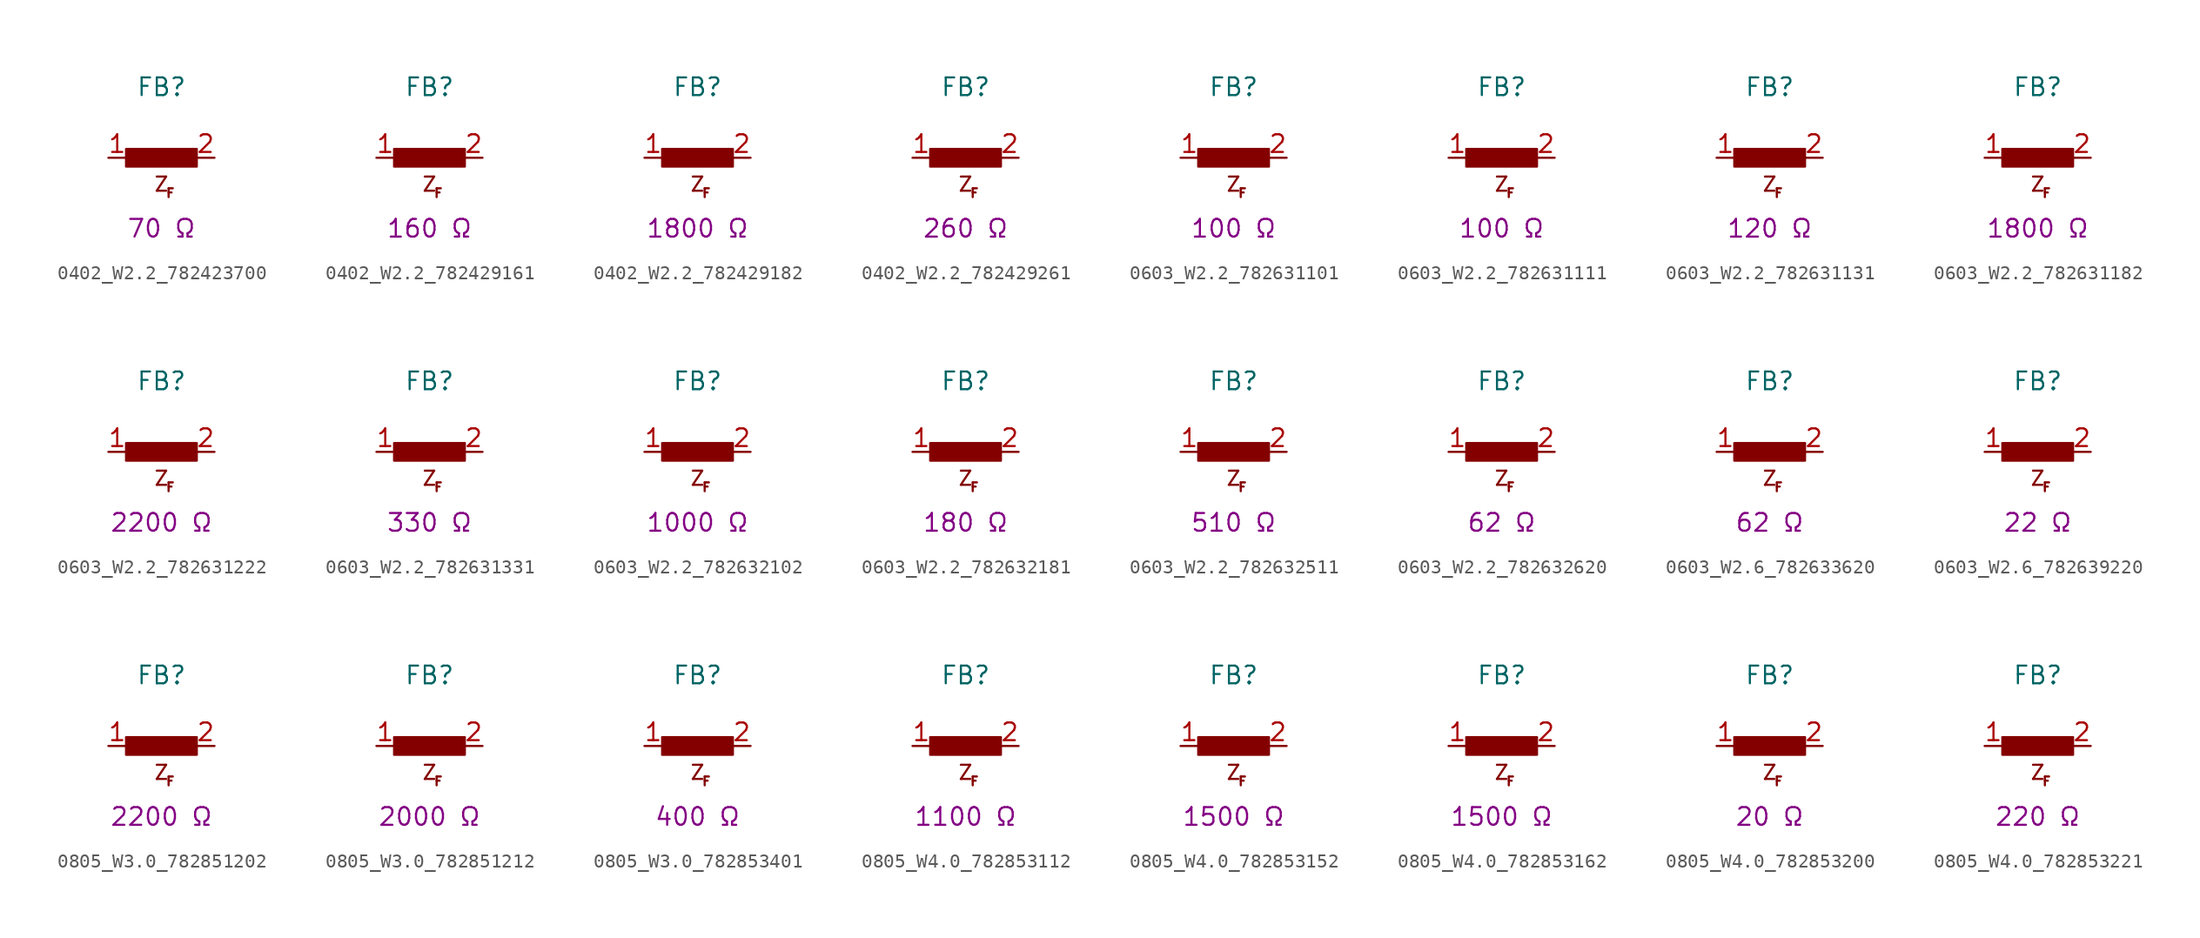
<source format=kicad_sym>
(kicad_symbol_lib
  (version 20220914)
  (generator kicad_symbol_editor)
  (symbol "0402_W2.2_782423700"
    (pin_names hide)
    (property "Reference" "FB"
      (at 0 5.08 0)
      (effects (font (size 1.27 1.27))))
    (property "Critical Parameter" "70 Ω"
      (at 0 -5.08 0)
      (effects (font (size 1.27 1.27))))
    (symbol "0402_W2.2_782423700_0_1"
      (rectangle (start -2.54 0.635) (end 2.54 -0.635) (stroke (width 0) (type default)) (fill (type outline)))
      (text "F" (at 0.635 -2.54 0) (effects (font (size 0.635 0.635))))
      (text "Z" (at 0 -1.905 0) (effects (font (size 1.016 1.016))))
      (pin passive line (at -3.81 0 0) (length 1.27) (name "1" (effects (font (size 1.27 1.27)))) (number "1" (effects (font (size 1.27 1.27)))))
      (pin passive line (at 3.81 0 180) (length 1.27) (name "2" (effects (font (size 1.27 1.27)))) (number "2" (effects (font (size 1.27 1.27)))))))
  (symbol "0402_W2.2_782429161"
    (pin_names hide)
    (property "Reference" "FB"
      (at 0 5.08 0)
      (effects (font (size 1.27 1.27))))
    (property "Critical Parameter" "160 Ω"
      (at 0 -5.08 0)
      (effects (font (size 1.27 1.27))))
    (symbol "0402_W2.2_782429161_0_1"
      (rectangle (start -2.54 0.635) (end 2.54 -0.635) (stroke (width 0) (type default)) (fill (type outline)))
      (text "F" (at 0.635 -2.54 0) (effects (font (size 0.635 0.635))))
      (text "Z" (at 0 -1.905 0) (effects (font (size 1.016 1.016))))
      (pin passive line (at -3.81 0 0) (length 1.27) (name "1" (effects (font (size 1.27 1.27)))) (number "1" (effects (font (size 1.27 1.27)))))
      (pin passive line (at 3.81 0 180) (length 1.27) (name "2" (effects (font (size 1.27 1.27)))) (number "2" (effects (font (size 1.27 1.27)))))))
  (symbol "0402_W2.2_782429182"
    (pin_names hide)
    (property "Reference" "FB"
      (at 0 5.08 0)
      (effects (font (size 1.27 1.27))))
    (property "Critical Parameter" "1800 Ω"
      (at 0 -5.08 0)
      (effects (font (size 1.27 1.27))))
    (symbol "0402_W2.2_782429182_0_1"
      (rectangle (start -2.54 0.635) (end 2.54 -0.635) (stroke (width 0) (type default)) (fill (type outline)))
      (text "F" (at 0.635 -2.54 0) (effects (font (size 0.635 0.635))))
      (text "Z" (at 0 -1.905 0) (effects (font (size 1.016 1.016))))
      (pin passive line (at -3.81 0 0) (length 1.27) (name "1" (effects (font (size 1.27 1.27)))) (number "1" (effects (font (size 1.27 1.27)))))
      (pin passive line (at 3.81 0 180) (length 1.27) (name "2" (effects (font (size 1.27 1.27)))) (number "2" (effects (font (size 1.27 1.27)))))))
  (symbol "0402_W2.2_782429261"
    (pin_names hide)
    (property "Reference" "FB"
      (at 0 5.08 0)
      (effects (font (size 1.27 1.27))))
    (property "Critical Parameter" "260 Ω"
      (at 0 -5.08 0)
      (effects (font (size 1.27 1.27))))
    (symbol "0402_W2.2_782429261_0_1"
      (rectangle (start -2.54 0.635) (end 2.54 -0.635) (stroke (width 0) (type default)) (fill (type outline)))
      (text "F" (at 0.635 -2.54 0) (effects (font (size 0.635 0.635))))
      (text "Z" (at 0 -1.905 0) (effects (font (size 1.016 1.016))))
      (pin passive line (at -3.81 0 0) (length 1.27) (name "1" (effects (font (size 1.27 1.27)))) (number "1" (effects (font (size 1.27 1.27)))))
      (pin passive line (at 3.81 0 180) (length 1.27) (name "2" (effects (font (size 1.27 1.27)))) (number "2" (effects (font (size 1.27 1.27)))))))
  (symbol "0603_W2.2_782631101"
    (pin_names hide)
    (property "Reference" "FB"
      (at 0 5.08 0)
      (effects (font (size 1.27 1.27))))
    (property "Critical Parameter" "100 Ω"
      (at 0 -5.08 0)
      (effects (font (size 1.27 1.27))))
    (symbol "0603_W2.2_782631101_0_1"
      (rectangle (start -2.54 0.635) (end 2.54 -0.635) (stroke (width 0) (type default)) (fill (type outline)))
      (text "F" (at 0.635 -2.54 0) (effects (font (size 0.635 0.635))))
      (text "Z" (at 0 -1.905 0) (effects (font (size 1.016 1.016))))
      (pin passive line (at -3.81 0 0) (length 1.27) (name "1" (effects (font (size 1.27 1.27)))) (number "1" (effects (font (size 1.27 1.27)))))
      (pin passive line (at 3.81 0 180) (length 1.27) (name "2" (effects (font (size 1.27 1.27)))) (number "2" (effects (font (size 1.27 1.27)))))))
  (symbol "0603_W2.2_782631111"
    (pin_names hide)
    (property "Reference" "FB"
      (at 0 5.08 0)
      (effects (font (size 1.27 1.27))))
    (property "Critical Parameter" "100 Ω"
      (at 0 -5.08 0)
      (effects (font (size 1.27 1.27))))
    (symbol "0603_W2.2_782631111_0_1"
      (rectangle (start -2.54 0.635) (end 2.54 -0.635) (stroke (width 0) (type default)) (fill (type outline)))
      (text "F" (at 0.635 -2.54 0) (effects (font (size 0.635 0.635))))
      (text "Z" (at 0 -1.905 0) (effects (font (size 1.016 1.016))))
      (pin passive line (at -3.81 0 0) (length 1.27) (name "1" (effects (font (size 1.27 1.27)))) (number "1" (effects (font (size 1.27 1.27)))))
      (pin passive line (at 3.81 0 180) (length 1.27) (name "2" (effects (font (size 1.27 1.27)))) (number "2" (effects (font (size 1.27 1.27)))))))
  (symbol "0603_W2.2_782631131"
    (pin_names hide)
    (property "Reference" "FB"
      (at 0 5.08 0)
      (effects (font (size 1.27 1.27))))
    (property "Critical Parameter" "120 Ω"
      (at 0 -5.08 0)
      (effects (font (size 1.27 1.27))))
    (symbol "0603_W2.2_782631131_0_1"
      (rectangle (start -2.54 0.635) (end 2.54 -0.635) (stroke (width 0) (type default)) (fill (type outline)))
      (text "F" (at 0.635 -2.54 0) (effects (font (size 0.635 0.635))))
      (text "Z" (at 0 -1.905 0) (effects (font (size 1.016 1.016))))
      (pin passive line (at -3.81 0 0) (length 1.27) (name "1" (effects (font (size 1.27 1.27)))) (number "1" (effects (font (size 1.27 1.27)))))
      (pin passive line (at 3.81 0 180) (length 1.27) (name "2" (effects (font (size 1.27 1.27)))) (number "2" (effects (font (size 1.27 1.27)))))))
  (symbol "0603_W2.2_782631182"
    (pin_names hide)
    (property "Reference" "FB"
      (at 0 5.08 0)
      (effects (font (size 1.27 1.27))))
    (property "Critical Parameter" "1800 Ω"
      (at 0 -5.08 0)
      (effects (font (size 1.27 1.27))))
    (symbol "0603_W2.2_782631182_0_1"
      (rectangle (start -2.54 0.635) (end 2.54 -0.635) (stroke (width 0) (type default)) (fill (type outline)))
      (text "F" (at 0.635 -2.54 0) (effects (font (size 0.635 0.635))))
      (text "Z" (at 0 -1.905 0) (effects (font (size 1.016 1.016))))
      (pin passive line (at -3.81 0 0) (length 1.27) (name "1" (effects (font (size 1.27 1.27)))) (number "1" (effects (font (size 1.27 1.27)))))
      (pin passive line (at 3.81 0 180) (length 1.27) (name "2" (effects (font (size 1.27 1.27)))) (number "2" (effects (font (size 1.27 1.27)))))))
  (symbol "0603_W2.2_782631222"
    (pin_names hide)
    (property "Reference" "FB"
      (at 0 5.08 0)
      (effects (font (size 1.27 1.27))))
    (property "Critical Parameter" "2200 Ω"
      (at 0 -5.08 0)
      (effects (font (size 1.27 1.27))))
    (symbol "0603_W2.2_782631222_0_1"
      (rectangle (start -2.54 0.635) (end 2.54 -0.635) (stroke (width 0) (type default)) (fill (type outline)))
      (text "F" (at 0.635 -2.54 0) (effects (font (size 0.635 0.635))))
      (text "Z" (at 0 -1.905 0) (effects (font (size 1.016 1.016))))
      (pin passive line (at -3.81 0 0) (length 1.27) (name "1" (effects (font (size 1.27 1.27)))) (number "1" (effects (font (size 1.27 1.27)))))
      (pin passive line (at 3.81 0 180) (length 1.27) (name "2" (effects (font (size 1.27 1.27)))) (number "2" (effects (font (size 1.27 1.27)))))))
  (symbol "0603_W2.2_782631331"
    (pin_names hide)
    (property "Reference" "FB"
      (at 0 5.08 0)
      (effects (font (size 1.27 1.27))))
    (property "Critical Parameter" "330 Ω"
      (at 0 -5.08 0)
      (effects (font (size 1.27 1.27))))
    (symbol "0603_W2.2_782631331_0_1"
      (rectangle (start -2.54 0.635) (end 2.54 -0.635) (stroke (width 0) (type default)) (fill (type outline)))
      (text "F" (at 0.635 -2.54 0) (effects (font (size 0.635 0.635))))
      (text "Z" (at 0 -1.905 0) (effects (font (size 1.016 1.016))))
      (pin passive line (at -3.81 0 0) (length 1.27) (name "1" (effects (font (size 1.27 1.27)))) (number "1" (effects (font (size 1.27 1.27)))))
      (pin passive line (at 3.81 0 180) (length 1.27) (name "2" (effects (font (size 1.27 1.27)))) (number "2" (effects (font (size 1.27 1.27)))))))
  (symbol "0603_W2.2_782632102"
    (pin_names hide)
    (property "Reference" "FB"
      (at 0 5.08 0)
      (effects (font (size 1.27 1.27))))
    (property "Critical Parameter" "1000 Ω"
      (at 0 -5.08 0)
      (effects (font (size 1.27 1.27))))
    (symbol "0603_W2.2_782632102_0_1"
      (rectangle (start -2.54 0.635) (end 2.54 -0.635) (stroke (width 0) (type default)) (fill (type outline)))
      (text "F" (at 0.635 -2.54 0) (effects (font (size 0.635 0.635))))
      (text "Z" (at 0 -1.905 0) (effects (font (size 1.016 1.016))))
      (pin passive line (at -3.81 0 0) (length 1.27) (name "1" (effects (font (size 1.27 1.27)))) (number "1" (effects (font (size 1.27 1.27)))))
      (pin passive line (at 3.81 0 180) (length 1.27) (name "2" (effects (font (size 1.27 1.27)))) (number "2" (effects (font (size 1.27 1.27)))))))
  (symbol "0603_W2.2_782632181"
    (pin_names hide)
    (property "Reference" "FB"
      (at 0 5.08 0)
      (effects (font (size 1.27 1.27))))
    (property "Critical Parameter" "180 Ω"
      (at 0 -5.08 0)
      (effects (font (size 1.27 1.27))))
    (symbol "0603_W2.2_782632181_0_1"
      (rectangle (start -2.54 0.635) (end 2.54 -0.635) (stroke (width 0) (type default)) (fill (type outline)))
      (text "F" (at 0.635 -2.54 0) (effects (font (size 0.635 0.635))))
      (text "Z" (at 0 -1.905 0) (effects (font (size 1.016 1.016))))
      (pin passive line (at -3.81 0 0) (length 1.27) (name "1" (effects (font (size 1.27 1.27)))) (number "1" (effects (font (size 1.27 1.27)))))
      (pin passive line (at 3.81 0 180) (length 1.27) (name "2" (effects (font (size 1.27 1.27)))) (number "2" (effects (font (size 1.27 1.27)))))))
  (symbol "0603_W2.2_782632511"
    (pin_names hide)
    (property "Reference" "FB"
      (at 0 5.08 0)
      (effects (font (size 1.27 1.27))))
    (property "Critical Parameter" "510 Ω"
      (at 0 -5.08 0)
      (effects (font (size 1.27 1.27))))
    (symbol "0603_W2.2_782632511_0_1"
      (rectangle (start -2.54 0.635) (end 2.54 -0.635) (stroke (width 0) (type default)) (fill (type outline)))
      (text "F" (at 0.635 -2.54 0) (effects (font (size 0.635 0.635))))
      (text "Z" (at 0 -1.905 0) (effects (font (size 1.016 1.016))))
      (pin passive line (at -3.81 0 0) (length 1.27) (name "1" (effects (font (size 1.27 1.27)))) (number "1" (effects (font (size 1.27 1.27)))))
      (pin passive line (at 3.81 0 180) (length 1.27) (name "2" (effects (font (size 1.27 1.27)))) (number "2" (effects (font (size 1.27 1.27)))))))
  (symbol "0603_W2.2_782632620"
    (pin_names hide)
    (property "Reference" "FB"
      (at 0 5.08 0)
      (effects (font (size 1.27 1.27))))
    (property "Critical Parameter" "62 Ω"
      (at 0 -5.08 0)
      (effects (font (size 1.27 1.27))))
    (symbol "0603_W2.2_782632620_0_1"
      (rectangle (start -2.54 0.635) (end 2.54 -0.635) (stroke (width 0) (type default)) (fill (type outline)))
      (text "F" (at 0.635 -2.54 0) (effects (font (size 0.635 0.635))))
      (text "Z" (at 0 -1.905 0) (effects (font (size 1.016 1.016))))
      (pin passive line (at -3.81 0 0) (length 1.27) (name "1" (effects (font (size 1.27 1.27)))) (number "1" (effects (font (size 1.27 1.27)))))
      (pin passive line (at 3.81 0 180) (length 1.27) (name "2" (effects (font (size 1.27 1.27)))) (number "2" (effects (font (size 1.27 1.27)))))))
  (symbol "0603_W2.6_782633620"
    (pin_names hide)
    (property "Reference" "FB"
      (at 0 5.08 0)
      (effects (font (size 1.27 1.27))))
    (property "Critical Parameter" "62 Ω"
      (at 0 -5.08 0)
      (effects (font (size 1.27 1.27))))
    (symbol "0603_W2.6_782633620_0_1"
      (rectangle (start -2.54 0.635) (end 2.54 -0.635) (stroke (width 0) (type default)) (fill (type outline)))
      (text "F" (at 0.635 -2.54 0) (effects (font (size 0.635 0.635))))
      (text "Z" (at 0 -1.905 0) (effects (font (size 1.016 1.016))))
      (pin passive line (at -3.81 0 0) (length 1.27) (name "1" (effects (font (size 1.27 1.27)))) (number "1" (effects (font (size 1.27 1.27)))))
      (pin passive line (at 3.81 0 180) (length 1.27) (name "2" (effects (font (size 1.27 1.27)))) (number "2" (effects (font (size 1.27 1.27)))))))
  (symbol "0603_W2.6_782639220"
    (pin_names hide)
    (property "Reference" "FB"
      (at 0 5.08 0)
      (effects (font (size 1.27 1.27))))
    (property "Critical Parameter" "22 Ω"
      (at 0 -5.08 0)
      (effects (font (size 1.27 1.27))))
    (symbol "0603_W2.6_782639220_0_1"
      (rectangle (start -2.54 0.635) (end 2.54 -0.635) (stroke (width 0) (type default)) (fill (type outline)))
      (text "F" (at 0.635 -2.54 0) (effects (font (size 0.635 0.635))))
      (text "Z" (at 0 -1.905 0) (effects (font (size 1.016 1.016))))
      (pin passive line (at -3.81 0 0) (length 1.27) (name "1" (effects (font (size 1.27 1.27)))) (number "1" (effects (font (size 1.27 1.27)))))
      (pin passive line (at 3.81 0 180) (length 1.27) (name "2" (effects (font (size 1.27 1.27)))) (number "2" (effects (font (size 1.27 1.27)))))))
  (symbol "0805_W3.0_782851202"
    (pin_names hide)
    (property "Reference" "FB"
      (at 0 5.08 0)
      (effects (font (size 1.27 1.27))))
    (property "Critical Parameter" "2200 Ω"
      (at 0 -5.08 0)
      (effects (font (size 1.27 1.27))))
    (symbol "0805_W3.0_782851202_0_1"
      (rectangle (start -2.54 0.635) (end 2.54 -0.635) (stroke (width 0) (type default)) (fill (type outline)))
      (text "F" (at 0.635 -2.54 0) (effects (font (size 0.635 0.635))))
      (text "Z" (at 0 -1.905 0) (effects (font (size 1.016 1.016))))
      (pin passive line (at -3.81 0 0) (length 1.27) (name "1" (effects (font (size 1.27 1.27)))) (number "1" (effects (font (size 1.27 1.27)))))
      (pin passive line (at 3.81 0 180) (length 1.27) (name "2" (effects (font (size 1.27 1.27)))) (number "2" (effects (font (size 1.27 1.27)))))))
  (symbol "0805_W3.0_782851212"
    (pin_names hide)
    (property "Reference" "FB"
      (at 0 5.08 0)
      (effects (font (size 1.27 1.27))))
    (property "Critical Parameter" "2000 Ω"
      (at 0 -5.08 0)
      (effects (font (size 1.27 1.27))))
    (symbol "0805_W3.0_782851212_0_1"
      (rectangle (start -2.54 0.635) (end 2.54 -0.635) (stroke (width 0) (type default)) (fill (type outline)))
      (text "F" (at 0.635 -2.54 0) (effects (font (size 0.635 0.635))))
      (text "Z" (at 0 -1.905 0) (effects (font (size 1.016 1.016))))
      (pin passive line (at -3.81 0 0) (length 1.27) (name "1" (effects (font (size 1.27 1.27)))) (number "1" (effects (font (size 1.27 1.27)))))
      (pin passive line (at 3.81 0 180) (length 1.27) (name "2" (effects (font (size 1.27 1.27)))) (number "2" (effects (font (size 1.27 1.27)))))))
  (symbol "0805_W3.0_782853401"
    (pin_names hide)
    (property "Reference" "FB"
      (at 0 5.08 0)
      (effects (font (size 1.27 1.27))))
    (property "Critical Parameter" "400 Ω"
      (at 0 -5.08 0)
      (effects (font (size 1.27 1.27))))
    (symbol "0805_W3.0_782853401_0_1"
      (rectangle (start -2.54 0.635) (end 2.54 -0.635) (stroke (width 0) (type default)) (fill (type outline)))
      (text "F" (at 0.635 -2.54 0) (effects (font (size 0.635 0.635))))
      (text "Z" (at 0 -1.905 0) (effects (font (size 1.016 1.016))))
      (pin passive line (at -3.81 0 0) (length 1.27) (name "1" (effects (font (size 1.27 1.27)))) (number "1" (effects (font (size 1.27 1.27)))))
      (pin passive line (at 3.81 0 180) (length 1.27) (name "2" (effects (font (size 1.27 1.27)))) (number "2" (effects (font (size 1.27 1.27)))))))
  (symbol "0805_W4.0_782853112"
    (pin_names hide)
    (property "Reference" "FB"
      (at 0 5.08 0)
      (effects (font (size 1.27 1.27))))
    (property "Critical Parameter" "1100 Ω"
      (at 0 -5.08 0)
      (effects (font (size 1.27 1.27))))
    (symbol "0805_W4.0_782853112_0_1"
      (rectangle (start -2.54 0.635) (end 2.54 -0.635) (stroke (width 0) (type default)) (fill (type outline)))
      (text "F" (at 0.635 -2.54 0) (effects (font (size 0.635 0.635))))
      (text "Z" (at 0 -1.905 0) (effects (font (size 1.016 1.016))))
      (pin passive line (at -3.81 0 0) (length 1.27) (name "1" (effects (font (size 1.27 1.27)))) (number "1" (effects (font (size 1.27 1.27)))))
      (pin passive line (at 3.81 0 180) (length 1.27) (name "2" (effects (font (size 1.27 1.27)))) (number "2" (effects (font (size 1.27 1.27)))))))
  (symbol "0805_W4.0_782853152"
    (pin_names hide)
    (property "Reference" "FB"
      (at 0 5.08 0)
      (effects (font (size 1.27 1.27))))
    (property "Critical Parameter" "1500 Ω"
      (at 0 -5.08 0)
      (effects (font (size 1.27 1.27))))
    (symbol "0805_W4.0_782853152_0_1"
      (rectangle (start -2.54 0.635) (end 2.54 -0.635) (stroke (width 0) (type default)) (fill (type outline)))
      (text "F" (at 0.635 -2.54 0) (effects (font (size 0.635 0.635))))
      (text "Z" (at 0 -1.905 0) (effects (font (size 1.016 1.016))))
      (pin passive line (at -3.81 0 0) (length 1.27) (name "1" (effects (font (size 1.27 1.27)))) (number "1" (effects (font (size 1.27 1.27)))))
      (pin passive line (at 3.81 0 180) (length 1.27) (name "2" (effects (font (size 1.27 1.27)))) (number "2" (effects (font (size 1.27 1.27)))))))
  (symbol "0805_W4.0_782853162"
    (pin_names hide)
    (property "Reference" "FB"
      (at 0 5.08 0)
      (effects (font (size 1.27 1.27))))
    (property "Critical Parameter" "1500 Ω"
      (at 0 -5.08 0)
      (effects (font (size 1.27 1.27))))
    (symbol "0805_W4.0_782853162_0_1"
      (rectangle (start -2.54 0.635) (end 2.54 -0.635) (stroke (width 0) (type default)) (fill (type outline)))
      (text "F" (at 0.635 -2.54 0) (effects (font (size 0.635 0.635))))
      (text "Z" (at 0 -1.905 0) (effects (font (size 1.016 1.016))))
      (pin passive line (at -3.81 0 0) (length 1.27) (name "1" (effects (font (size 1.27 1.27)))) (number "1" (effects (font (size 1.27 1.27)))))
      (pin passive line (at 3.81 0 180) (length 1.27) (name "2" (effects (font (size 1.27 1.27)))) (number "2" (effects (font (size 1.27 1.27)))))))
  (symbol "0805_W4.0_782853200"
    (pin_names hide)
    (property "Reference" "FB"
      (at 0 5.08 0)
      (effects (font (size 1.27 1.27))))
    (property "Critical Parameter" "20 Ω"
      (at 0 -5.08 0)
      (effects (font (size 1.27 1.27))))
    (symbol "0805_W4.0_782853200_0_1"
      (rectangle (start -2.54 0.635) (end 2.54 -0.635) (stroke (width 0) (type default)) (fill (type outline)))
      (text "F" (at 0.635 -2.54 0) (effects (font (size 0.635 0.635))))
      (text "Z" (at 0 -1.905 0) (effects (font (size 1.016 1.016))))
      (pin passive line (at -3.81 0 0) (length 1.27) (name "1" (effects (font (size 1.27 1.27)))) (number "1" (effects (font (size 1.27 1.27)))))
      (pin passive line (at 3.81 0 180) (length 1.27) (name "2" (effects (font (size 1.27 1.27)))) (number "2" (effects (font (size 1.27 1.27)))))))
  (symbol "0805_W4.0_782853221"
    (pin_names hide)
    (property "Reference" "FB"
      (at 0 5.08 0)
      (effects (font (size 1.27 1.27))))
    (property "Critical Parameter" "220 Ω"
      (at 0 -5.08 0)
      (effects (font (size 1.27 1.27))))
    (symbol "0805_W4.0_782853221_0_1"
      (rectangle (start -2.54 0.635) (end 2.54 -0.635) (stroke (width 0) (type default)) (fill (type outline)))
      (text "F" (at 0.635 -2.54 0) (effects (font (size 0.635 0.635))))
      (text "Z" (at 0 -1.905 0) (effects (font (size 1.016 1.016))))
      (pin passive line (at -3.81 0 0) (length 1.27) (name "1" (effects (font (size 1.27 1.27)))) (number "1" (effects (font (size 1.27 1.27)))))
      (pin passive line (at 3.81 0 180) (length 1.27) (name "2" (effects (font (size 1.27 1.27)))) (number "2" (effects (font (size 1.27 1.27))))))))
</source>
